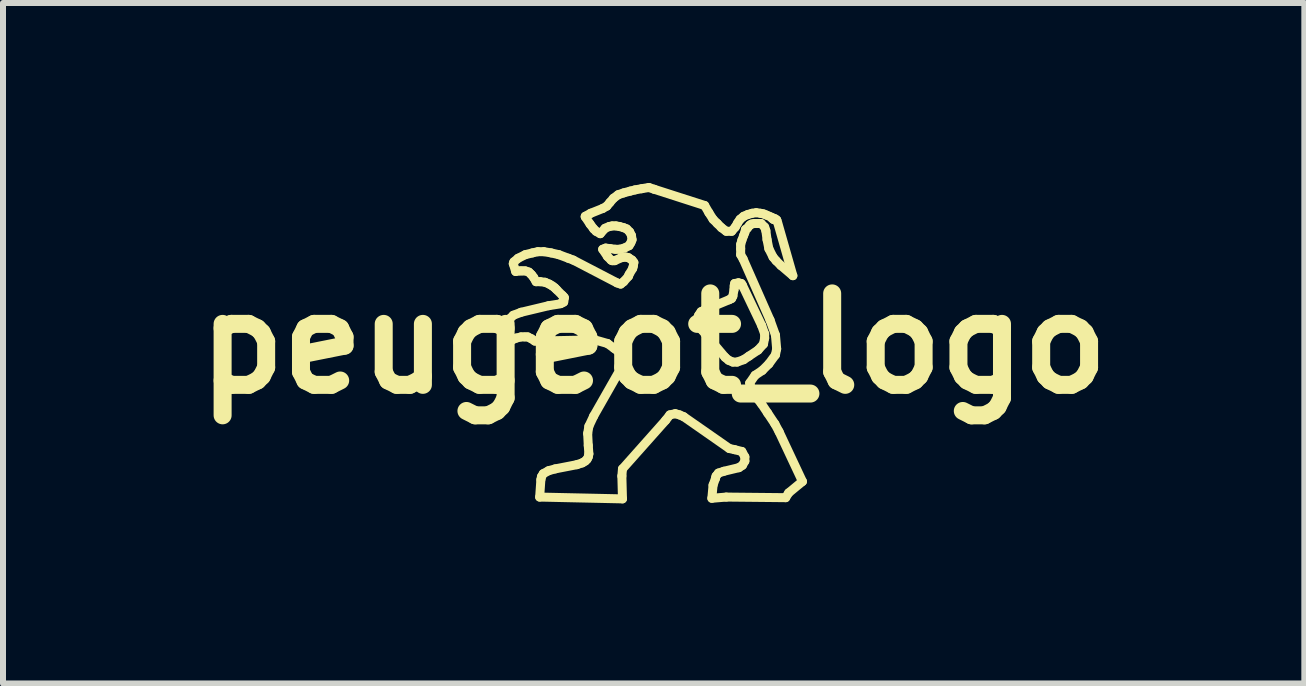
<source format=kicad_pcb>
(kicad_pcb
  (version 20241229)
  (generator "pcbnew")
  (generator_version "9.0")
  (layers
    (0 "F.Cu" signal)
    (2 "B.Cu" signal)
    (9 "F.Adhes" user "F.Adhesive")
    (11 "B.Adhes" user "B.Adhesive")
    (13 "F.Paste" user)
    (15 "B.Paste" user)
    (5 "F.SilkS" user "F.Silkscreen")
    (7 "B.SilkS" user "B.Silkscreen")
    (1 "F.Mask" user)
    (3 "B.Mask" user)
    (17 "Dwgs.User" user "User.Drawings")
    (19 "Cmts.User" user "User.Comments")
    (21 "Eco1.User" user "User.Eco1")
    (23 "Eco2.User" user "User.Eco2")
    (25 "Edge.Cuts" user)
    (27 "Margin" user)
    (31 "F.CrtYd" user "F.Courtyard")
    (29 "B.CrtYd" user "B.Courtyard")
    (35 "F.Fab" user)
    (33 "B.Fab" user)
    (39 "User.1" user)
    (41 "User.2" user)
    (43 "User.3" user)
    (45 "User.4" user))
  (footprint "peugeot_logo"
    (layer "F.Cu")
    (at 7.845 2.675)
    (property "Reference" "peugeot_logo" (at 0 0 0) (layer "F.SilkS") (effects (font (size 1.524 1.524) (thickness 0.3))))
    (attr exclude_from_pos_files exclude_from_bom)
    (fp_line (start -2.47 -0.27) (end -2.43 -0.36) (stroke (width 0.15) (type solid)) (layer "F.SilkS"))
    (fp_line (start -2.47 -0.19) (end -2.47 -0.27) (stroke (width 0.15) (type solid)) (layer "F.SilkS"))
    (fp_line (start -2.46 -0.14) (end -2.47 -0.19) (stroke (width 0.15) (type solid)) (layer "F.SilkS"))
    (fp_line (start -2.43 -0.36) (end -2.39 -0.42) (stroke (width 0.15) (type solid)) (layer "F.SilkS"))
    (fp_line (start -2.41 -0.03) (end -2.46 -0.14) (stroke (width 0.15) (type solid)) (layer "F.SilkS"))
    (fp_line (start -2.39 -0.42) (end -2.34 -0.47) (stroke (width 0.15) (type solid)) (layer "F.SilkS"))
    (fp_line (start -2.36 -0.06) (end -2.41 -0.03) (stroke (width 0.15) (type solid)) (layer "F.SilkS"))
    (fp_line (start -2.34 -1.33) (end -2.33 -1.36) (stroke (width 0.15) (type solid)) (layer "F.SilkS"))
    (fp_line (start -2.34 -0.47) (end -2.21 -0.52) (stroke (width 0.15) (type solid)) (layer "F.SilkS"))
    (fp_line (start -2.33 -1.36) (end -2.26 -1.42) (stroke (width 0.15) (type solid)) (layer "F.SilkS"))
    (fp_line (start -2.3 -1.2) (end -2.34 -1.33) (stroke (width 0.15) (type solid)) (layer "F.SilkS"))
    (fp_line (start -2.29 -0.09) (end -2.36 -0.06) (stroke (width 0.15) (type solid)) (layer "F.SilkS"))
    (fp_line (start -2.26 -1.42) (end -2.14 -1.48) (stroke (width 0.15) (type solid)) (layer "F.SilkS"))
    (fp_line (start -2.23 -1.21) (end -2.3 -1.2) (stroke (width 0.15) (type solid)) (layer "F.SilkS"))
    (fp_line (start -2.21 -0.52) (end -1.75 -0.63) (stroke (width 0.15) (type solid)) (layer "F.SilkS"))
    (fp_line (start -2.21 -0.11) (end -2.29 -0.09) (stroke (width 0.15) (type solid)) (layer "F.SilkS"))
    (fp_line (start -2.19 -1.21) (end -2.23 -1.21) (stroke (width 0.15) (type solid)) (layer "F.SilkS"))
    (fp_line (start -2.15 -0.11) (end -2.21 -0.11) (stroke (width 0.15) (type solid)) (layer "F.SilkS"))
    (fp_line (start -2.14 -1.48) (end -2.02 -1.51) (stroke (width 0.15) (type solid)) (layer "F.SilkS"))
    (fp_line (start -2.14 -1.21) (end -2.19 -1.21) (stroke (width 0.15) (type solid)) (layer "F.SilkS"))
    (fp_line (start -2.1 -0.11) (end -2.15 -0.11) (stroke (width 0.15) (type solid)) (layer "F.SilkS"))
    (fp_line (start -2.08 -1.19) (end -2.14 -1.21) (stroke (width 0.15) (type solid)) (layer "F.SilkS"))
    (fp_line (start -2.05 -1.16) (end -2.08 -1.19) (stroke (width 0.15) (type solid)) (layer "F.SilkS"))
    (fp_line (start -2.04 -0.08) (end -2.1 -0.11) (stroke (width 0.15) (type solid)) (layer "F.SilkS"))
    (fp_line (start -2.03 -1.14) (end -2.05 -1.16) (stroke (width 0.15) (type solid)) (layer "F.SilkS"))
    (fp_line (start -2.02 -1.51) (end -1.93 -1.53) (stroke (width 0.15) (type solid)) (layer "F.SilkS"))
    (fp_line (start -2 -1.1) (end -2.03 -1.14) (stroke (width 0.15) (type solid)) (layer "F.SilkS"))
    (fp_line (start -1.98 -0.04) (end -2.04 -0.08) (stroke (width 0.15) (type solid)) (layer "F.SilkS"))
    (fp_line (start -1.96 -1.03) (end -2 -1.1) (stroke (width 0.15) (type solid)) (layer "F.SilkS"))
    (fp_line (start -1.93 -1.53) (end -1.83 -1.53) (stroke (width 0.15) (type solid)) (layer "F.SilkS"))
    (fp_line (start -1.9 2.56) (end -1.88 2.27) (stroke (width 0.15) (type solid)) (layer "F.SilkS"))
    (fp_line (start -1.89 -1.03) (end -1.96 -1.03) (stroke (width 0.15) (type solid)) (layer "F.SilkS"))
    (fp_line (start -1.88 2.27) (end -1.87 2.22) (stroke (width 0.15) (type solid)) (layer "F.SilkS"))
    (fp_line (start -1.87 2.22) (end -1.84 2.17) (stroke (width 0.15) (type solid)) (layer "F.SilkS"))
    (fp_line (start -1.84 2.17) (end -1.75 2.12) (stroke (width 0.15) (type solid)) (layer "F.SilkS"))
    (fp_line (start -1.83 -1.53) (end -1.71 -1.51) (stroke (width 0.15) (type solid)) (layer "F.SilkS"))
    (fp_line (start -1.81 -1.02) (end -1.89 -1.03) (stroke (width 0.15) (type solid)) (layer "F.SilkS"))
    (fp_line (start -1.75 -0.63) (end -1.56 -0.66) (stroke (width 0.15) (type solid)) (layer "F.SilkS"))
    (fp_line (start -1.75 2.12) (end -1.64 2.09) (stroke (width 0.15) (type solid)) (layer "F.SilkS"))
    (fp_line (start -1.74 -0.99) (end -1.81 -1.02) (stroke (width 0.15) (type solid)) (layer "F.SilkS"))
    (fp_line (start -1.71 -1.51) (end -1.58 -1.48) (stroke (width 0.15) (type solid)) (layer "F.SilkS"))
    (fp_line (start -1.69 -0.96) (end -1.74 -0.99) (stroke (width 0.15) (type solid)) (layer "F.SilkS"))
    (fp_line (start -1.65 -0.93) (end -1.69 -0.96) (stroke (width 0.15) (type solid)) (layer "F.SilkS"))
    (fp_line (start -1.64 2.09) (end -1.28 2.02) (stroke (width 0.15) (type solid)) (layer "F.SilkS"))
    (fp_line (start -1.62 -0.9) (end -1.65 -0.93) (stroke (width 0.15) (type solid)) (layer "F.SilkS"))
    (fp_line (start -1.58 -1.48) (end -1.42 -1.42) (stroke (width 0.15) (type solid)) (layer "F.SilkS"))
    (fp_line (start -1.54 -0.67) (end -1.5 -0.72) (stroke (width 0.15) (type solid)) (layer "F.SilkS"))
    (fp_line (start -1.52 -0.8) (end -1.49 -0.76) (stroke (width 0.15) (type solid)) (layer "F.SilkS"))
    (fp_line (start -1.5 -0.69) (end -1.54 -0.67) (stroke (width 0.15) (type solid)) (layer "F.SilkS"))
    (fp_line (start -1.49 -0.77) (end -1.62 -0.9) (stroke (width 0.15) (type solid)) (layer "F.SilkS"))
    (fp_line (start -1.49 -0.76) (end -1.5 -0.69) (stroke (width 0.15) (type solid)) (layer "F.SilkS"))
    (fp_line (start -1.42 -1.42) (end -1.34 -1.39) (stroke (width 0.15) (type solid)) (layer "F.SilkS"))
    (fp_line (start -1.34 -1.39) (end -0.61 -1.01) (stroke (width 0.15) (type solid)) (layer "F.SilkS"))
    (fp_line (start -1.28 2.02) (end -1.19 1.99) (stroke (width 0.15) (type solid)) (layer "F.SilkS"))
    (fp_line (start -1.19 1.99) (end -1.14 1.96) (stroke (width 0.15) (type solid)) (layer "F.SilkS"))
    (fp_line (start -1.14 -2.12) (end -1.05 -2.17) (stroke (width 0.15) (type solid)) (layer "F.SilkS"))
    (fp_line (start -1.14 -2.11) (end -1.14 -2.12) (stroke (width 0.15) (type solid)) (layer "F.SilkS"))
    (fp_line (start -1.14 1.96) (end -1.11 1.93) (stroke (width 0.15) (type solid)) (layer "F.SilkS"))
    (fp_line (start -1.11 1.93) (end -1.09 1.89) (stroke (width 0.15) (type solid)) (layer "F.SilkS"))
    (fp_line (start -1.1 1.5) (end -1.08 1.38) (stroke (width 0.15) (type solid)) (layer "F.SilkS"))
    (fp_line (start -1.09 1.7) (end -1.1 1.5) (stroke (width 0.15) (type solid)) (layer "F.SilkS"))
    (fp_line (start -1.09 1.89) (end -1.08 1.84) (stroke (width 0.15) (type solid)) (layer "F.SilkS"))
    (fp_line (start -1.08 1.38) (end -1 1.21) (stroke (width 0.15) (type solid)) (layer "F.SilkS"))
    (fp_line (start -1.08 1.84) (end -1.09 1.7) (stroke (width 0.15) (type solid)) (layer "F.SilkS"))
    (fp_line (start -1.06 -1.99) (end -1.14 -2.11) (stroke (width 0.15) (type solid)) (layer "F.SilkS"))
    (fp_line (start -1.05 -2.17) (end -0.85 -2.25) (stroke (width 0.15) (type solid)) (layer "F.SilkS"))
    (fp_line (start -1 -1.91) (end -1.06 -1.99) (stroke (width 0.15) (type solid)) (layer "F.SilkS"))
    (fp_line (start -1 1.21) (end -0.51 0.35) (stroke (width 0.15) (type solid)) (layer "F.SilkS"))
    (fp_line (start -0.98 -0.06) (end -1.98 -0.04) (stroke (width 0.15) (type solid)) (layer "F.SilkS"))
    (fp_line (start -0.96 -1.87) (end -1 -1.91) (stroke (width 0.15) (type solid)) (layer "F.SilkS"))
    (fp_line (start -0.89 -1.83) (end -0.96 -1.87) (stroke (width 0.15) (type solid)) (layer "F.SilkS"))
    (fp_line (start -0.85 -2.25) (end -0.78 -2.29) (stroke (width 0.15) (type solid)) (layer "F.SilkS"))
    (fp_line (start -0.85 -1.57) (end -0.8 -1.59) (stroke (width 0.15) (type solid)) (layer "F.SilkS"))
    (fp_line (start -0.81 -1.92) (end -0.89 -1.83) (stroke (width 0.15) (type solid)) (layer "F.SilkS"))
    (fp_line (start -0.8 -1.59) (end -0.72 -1.58) (stroke (width 0.15) (type solid)) (layer "F.SilkS"))
    (fp_line (start -0.78 -2.29) (end -0.73 -2.35) (stroke (width 0.15) (type solid)) (layer "F.SilkS"))
    (fp_line (start -0.77 -1.45) (end -0.85 -1.57) (stroke (width 0.15) (type solid)) (layer "F.SilkS"))
    (fp_line (start -0.77 0) (end -0.98 -0.06) (stroke (width 0.15) (type solid)) (layer "F.SilkS"))
    (fp_line (start -0.74 -1.95) (end -0.81 -1.92) (stroke (width 0.15) (type solid)) (layer "F.SilkS"))
    (fp_line (start -0.73 -2.35) (end -0.67 -2.42) (stroke (width 0.15) (type solid)) (layer "F.SilkS"))
    (fp_line (start -0.72 -1.58) (end -0.64 -1.57) (stroke (width 0.15) (type solid)) (layer "F.SilkS"))
    (fp_line (start -0.71 -1.39) (end -0.77 -1.45) (stroke (width 0.15) (type solid)) (layer "F.SilkS"))
    (fp_line (start -0.69 -1.96) (end -0.74 -1.95) (stroke (width 0.15) (type solid)) (layer "F.SilkS"))
    (fp_line (start -0.69 -1.38) (end -0.71 -1.39) (stroke (width 0.15) (type solid)) (layer "F.SilkS"))
    (fp_line (start -0.67 -2.42) (end -0.59 -2.48) (stroke (width 0.15) (type solid)) (layer "F.SilkS"))
    (fp_line (start -0.66 0.08) (end -0.77 0) (stroke (width 0.15) (type solid)) (layer "F.SilkS"))
    (fp_line (start -0.65 -1.38) (end -0.69 -1.38) (stroke (width 0.15) (type solid)) (layer "F.SilkS"))
    (fp_line (start -0.64 -1.57) (end -0.57 -1.57) (stroke (width 0.15) (type solid)) (layer "F.SilkS"))
    (fp_line (start -0.63 -1.96) (end -0.69 -1.96) (stroke (width 0.15) (type solid)) (layer "F.SilkS"))
    (fp_line (start -0.61 -1.01) (end -0.55 -0.99) (stroke (width 0.15) (type solid)) (layer "F.SilkS"))
    (fp_line (start -0.59 -2.48) (end -0.5 -2.51) (stroke (width 0.15) (type solid)) (layer "F.SilkS"))
    (fp_line (start -0.57 -1.95) (end -0.63 -1.96) (stroke (width 0.15) (type solid)) (layer "F.SilkS"))
    (fp_line (start -0.57 -1.57) (end -0.49 -1.59) (stroke (width 0.15) (type solid)) (layer "F.SilkS"))
    (fp_line (start -0.55 -0.99) (end -0.5 -1.03) (stroke (width 0.15) (type solid)) (layer "F.SilkS"))
    (fp_line (start -0.54 -1.43) (end -0.65 -1.38) (stroke (width 0.15) (type solid)) (layer "F.SilkS"))
    (fp_line (start -0.53 0.18) (end -0.66 0.08) (stroke (width 0.15) (type solid)) (layer "F.SilkS"))
    (fp_line (start -0.53 2.21) (end -0.52 2.59) (stroke (width 0.15) (type solid)) (layer "F.SilkS"))
    (fp_line (start -0.52 2.09) (end -0.53 2.21) (stroke (width 0.15) (type solid)) (layer "F.SilkS"))
    (fp_line (start -0.52 2.59) (end -1.9 2.56) (stroke (width 0.15) (type solid)) (layer "F.SilkS"))
    (fp_line (start -0.51 0.22) (end -0.53 0.18) (stroke (width 0.15) (type solid)) (layer "F.SilkS"))
    (fp_line (start -0.51 0.35) (end -0.5 0.32) (stroke (width 0.15) (type solid)) (layer "F.SilkS"))
    (fp_line (start -0.5 -2.51) (end -0.39 -2.54) (stroke (width 0.15) (type solid)) (layer "F.SilkS"))
    (fp_line (start -0.5 -1.93) (end -0.57 -1.95) (stroke (width 0.15) (type solid)) (layer "F.SilkS"))
    (fp_line (start -0.5 -1.03) (end -0.42 -1.12) (stroke (width 0.15) (type solid)) (layer "F.SilkS"))
    (fp_line (start -0.5 0.28) (end -0.51 0.22) (stroke (width 0.15) (type solid)) (layer "F.SilkS"))
    (fp_line (start -0.5 0.32) (end -0.5 0.28) (stroke (width 0.15) (type solid)) (layer "F.SilkS"))
    (fp_line (start -0.49 -1.59) (end -0.41 -1.63) (stroke (width 0.15) (type solid)) (layer "F.SilkS"))
    (fp_line (start -0.46 -1.44) (end -0.54 -1.43) (stroke (width 0.15) (type solid)) (layer "F.SilkS"))
    (fp_line (start -0.45 -1.91) (end -0.5 -1.93) (stroke (width 0.15) (type solid)) (layer "F.SilkS"))
    (fp_line (start -0.42 -1.43) (end -0.46 -1.44) (stroke (width 0.15) (type solid)) (layer "F.SilkS"))
    (fp_line (start -0.42 -1.12) (end -0.41 -1.15) (stroke (width 0.15) (type solid)) (layer "F.SilkS"))
    (fp_line (start -0.41 -1.63) (end -0.38 -1.68) (stroke (width 0.15) (type solid)) (layer "F.SilkS"))
    (fp_line (start -0.41 -1.15) (end -0.35 -1.25) (stroke (width 0.15) (type solid)) (layer "F.SilkS"))
    (fp_line (start -0.4 -1.86) (end -0.45 -1.91) (stroke (width 0.15) (type solid)) (layer "F.SilkS"))
    (fp_line (start -0.39 -2.54) (end -0.31 -2.56) (stroke (width 0.15) (type solid)) (layer "F.SilkS"))
    (fp_line (start -0.38 -1.68) (end -0.36 -1.73) (stroke (width 0.15) (type solid)) (layer "F.SilkS"))
    (fp_line (start -0.37 -1.8) (end -0.4 -1.86) (stroke (width 0.15) (type solid)) (layer "F.SilkS"))
    (fp_line (start -0.36 -1.73) (end -0.37 -1.8) (stroke (width 0.15) (type solid)) (layer "F.SilkS"))
    (fp_line (start -0.36 -1.39) (end -0.42 -1.43) (stroke (width 0.15) (type solid)) (layer "F.SilkS"))
    (fp_line (start -0.35 -1.25) (end -0.34 -1.29) (stroke (width 0.15) (type solid)) (layer "F.SilkS"))
    (fp_line (start -0.34 -1.29) (end -0.33 -1.35) (stroke (width 0.15) (type solid)) (layer "F.SilkS"))
    (fp_line (start -0.33 -1.35) (end -0.36 -1.39) (stroke (width 0.15) (type solid)) (layer "F.SilkS"))
    (fp_line (start -0.31 -2.56) (end -0.2 -2.58) (stroke (width 0.15) (type solid)) (layer "F.SilkS"))
    (fp_line (start -0.2 -2.58) (end -0.08 -2.6) (stroke (width 0.15) (type solid)) (layer "F.SilkS"))
    (fp_line (start -0.08 -2.6) (end 0.01 -2.57) (stroke (width 0.15) (type solid)) (layer "F.SilkS"))
    (fp_line (start 0.01 -2.57) (end 0.85 -2.3) (stroke (width 0.15) (type solid)) (layer "F.SilkS"))
    (fp_line (start 0.2 1.28) (end -0.52 2.09) (stroke (width 0.15) (type solid)) (layer "F.SilkS"))
    (fp_line (start 0.27 1.19) (end 0.2 1.28) (stroke (width 0.15) (type solid)) (layer "F.SilkS"))
    (fp_line (start 0.36 1.17) (end 0.27 1.19) (stroke (width 0.15) (type solid)) (layer "F.SilkS"))
    (fp_line (start 0.43 1.19) (end 0.36 1.17) (stroke (width 0.15) (type solid)) (layer "F.SilkS"))
    (fp_line (start 0.5 1.22) (end 0.43 1.19) (stroke (width 0.15) (type solid)) (layer "F.SilkS"))
    (fp_line (start 0.73 -0.42) (end 0.75 -0.33) (stroke (width 0.15) (type solid)) (layer "F.SilkS"))
    (fp_line (start 0.75 -0.47) (end 0.73 -0.42) (stroke (width 0.15) (type solid)) (layer "F.SilkS"))
    (fp_line (start 0.75 -0.33) (end 0.8 -0.23) (stroke (width 0.15) (type solid)) (layer "F.SilkS"))
    (fp_line (start 0.79 -0.53) (end 0.75 -0.47) (stroke (width 0.15) (type solid)) (layer "F.SilkS"))
    (fp_line (start 0.8 -0.23) (end 0.86 -0.16) (stroke (width 0.15) (type solid)) (layer "F.SilkS"))
    (fp_line (start 0.85 -2.3) (end 0.92 -2.18) (stroke (width 0.15) (type solid)) (layer "F.SilkS"))
    (fp_line (start 0.85 -0.56) (end 0.79 -0.53) (stroke (width 0.15) (type solid)) (layer "F.SilkS"))
    (fp_line (start 0.86 -0.16) (end 1.19 0.23) (stroke (width 0.15) (type solid)) (layer "F.SilkS"))
    (fp_line (start 0.92 -2.18) (end 0.99 -2.07) (stroke (width 0.15) (type solid)) (layer "F.SilkS"))
    (fp_line (start 0.97 2.58) (end 0.99 2.36) (stroke (width 0.15) (type solid)) (layer "F.SilkS"))
    (fp_line (start 0.99 -2.07) (end 1.06 -2) (stroke (width 0.15) (type solid)) (layer "F.SilkS"))
    (fp_line (start 0.99 2.36) (end 1.03 2.25) (stroke (width 0.15) (type solid)) (layer "F.SilkS"))
    (fp_line (start 1.03 2.25) (end 1.04 2.21) (stroke (width 0.15) (type solid)) (layer "F.SilkS"))
    (fp_line (start 1.04 2.21) (end 1.08 2.16) (stroke (width 0.15) (type solid)) (layer "F.SilkS"))
    (fp_line (start 1.06 -2) (end 1.13 -1.93) (stroke (width 0.15) (type solid)) (layer "F.SilkS"))
    (fp_line (start 1.08 2.16) (end 1.17 2.13) (stroke (width 0.15) (type solid)) (layer "F.SilkS"))
    (fp_line (start 1.13 -1.93) (end 1.21 -1.87) (stroke (width 0.15) (type solid)) (layer "F.SilkS"))
    (fp_line (start 1.17 2.13) (end 1.42 2.07) (stroke (width 0.15) (type solid)) (layer "F.SilkS"))
    (fp_line (start 1.19 0.23) (end 1.25 0.28) (stroke (width 0.15) (type solid)) (layer "F.SilkS"))
    (fp_line (start 1.21 -1.87) (end 1.3 -1.87) (stroke (width 0.15) (type solid)) (layer "F.SilkS"))
    (fp_line (start 1.21 2.56) (end 0.97 2.58) (stroke (width 0.15) (type solid)) (layer "F.SilkS"))
    (fp_line (start 1.25 0.28) (end 1.32 0.31) (stroke (width 0.15) (type solid)) (layer "F.SilkS"))
    (fp_line (start 1.26 -0.73) (end 0.85 -0.56) (stroke (width 0.15) (type solid)) (layer "F.SilkS"))
    (fp_line (start 1.26 1.75) (end 0.5 1.22) (stroke (width 0.15) (type solid)) (layer "F.SilkS"))
    (fp_line (start 1.3 -1.87) (end 1.36 -1.94) (stroke (width 0.15) (type solid)) (layer "F.SilkS"))
    (fp_line (start 1.3 -0.75) (end 1.26 -0.73) (stroke (width 0.15) (type solid)) (layer "F.SilkS"))
    (fp_line (start 1.32 -0.79) (end 1.3 -0.75) (stroke (width 0.15) (type solid)) (layer "F.SilkS"))
    (fp_line (start 1.32 0.31) (end 1.39 0.31) (stroke (width 0.15) (type solid)) (layer "F.SilkS"))
    (fp_line (start 1.34 -0.96) (end 1.34 -0.9) (stroke (width 0.15) (type solid)) (layer "F.SilkS"))
    (fp_line (start 1.34 -0.9) (end 1.32 -0.79) (stroke (width 0.15) (type solid)) (layer "F.SilkS"))
    (fp_line (start 1.35 -1) (end 1.41 -1.01) (stroke (width 0.15) (type solid)) (layer "F.SilkS"))
    (fp_line (start 1.35 1.77) (end 1.26 1.75) (stroke (width 0.15) (type solid)) (layer "F.SilkS"))
    (fp_line (start 1.36 -1.94) (end 1.4 -2.01) (stroke (width 0.15) (type solid)) (layer "F.SilkS"))
    (fp_line (start 1.39 -1) (end 1.35 -1) (stroke (width 0.15) (type solid)) (layer "F.SilkS"))
    (fp_line (start 1.39 0.31) (end 1.5 0.27) (stroke (width 0.15) (type solid)) (layer "F.SilkS"))
    (fp_line (start 1.4 -2.01) (end 1.44 -2.07) (stroke (width 0.15) (type solid)) (layer "F.SilkS"))
    (fp_line (start 1.41 -1.01) (end 1.44 -1) (stroke (width 0.15) (type solid)) (layer "F.SilkS"))
    (fp_line (start 1.41 -0.99) (end 1.39 -1) (stroke (width 0.15) (type solid)) (layer "F.SilkS"))
    (fp_line (start 1.42 2.07) (end 1.48 2.03) (stroke (width 0.15) (type solid)) (layer "F.SilkS"))
    (fp_line (start 1.44 -2.07) (end 1.5 -2.12) (stroke (width 0.15) (type solid)) (layer "F.SilkS"))
    (fp_line (start 1.44 -1) (end 1.46 -1) (stroke (width 0.15) (type solid)) (layer "F.SilkS"))
    (fp_line (start 1.44 -0.98) (end 1.41 -0.99) (stroke (width 0.15) (type solid)) (layer "F.SilkS"))
    (fp_line (start 1.45 -1.65) (end 1.45 -1.58) (stroke (width 0.15) (type solid)) (layer "F.SilkS"))
    (fp_line (start 1.45 -1.58) (end 1.45 -1.48) (stroke (width 0.15) (type solid)) (layer "F.SilkS"))
    (fp_line (start 1.45 -1.48) (end 1.49 -1.41) (stroke (width 0.15) (type solid)) (layer "F.SilkS"))
    (fp_line (start 1.46 -1) (end 1.42 -1.01) (stroke (width 0.15) (type solid)) (layer "F.SilkS"))
    (fp_line (start 1.47 -1.72) (end 1.45 -1.65) (stroke (width 0.15) (type solid)) (layer "F.SilkS"))
    (fp_line (start 1.47 1.8) (end 1.35 1.77) (stroke (width 0.15) (type solid)) (layer "F.SilkS"))
    (fp_line (start 1.48 -0.97) (end 1.44 -0.98) (stroke (width 0.15) (type solid)) (layer "F.SilkS"))
    (fp_line (start 1.48 2.03) (end 1.52 1.96) (stroke (width 0.15) (type solid)) (layer "F.SilkS"))
    (fp_line (start 1.49 -1.41) (end 1.94 -0.39) (stroke (width 0.15) (type solid)) (layer "F.SilkS"))
    (fp_line (start 1.5 -2.12) (end 1.57 -2.15) (stroke (width 0.15) (type solid)) (layer "F.SilkS"))
    (fp_line (start 1.5 -1.8) (end 1.47 -1.72) (stroke (width 0.15) (type solid)) (layer "F.SilkS"))
    (fp_line (start 1.5 0.27) (end 1.59 0.21) (stroke (width 0.15) (type solid)) (layer "F.SilkS"))
    (fp_line (start 1.52 -1.85) (end 1.5 -1.8) (stroke (width 0.15) (type solid)) (layer "F.SilkS"))
    (fp_line (start 1.52 1.89) (end 1.47 1.8) (stroke (width 0.15) (type solid)) (layer "F.SilkS"))
    (fp_line (start 1.52 1.96) (end 1.52 1.89) (stroke (width 0.15) (type solid)) (layer "F.SilkS"))
    (fp_line (start 1.53 -1.9) (end 1.52 -1.85) (stroke (width 0.15) (type solid)) (layer "F.SilkS"))
    (fp_line (start 1.56 -1.92) (end 1.53 -1.9) (stroke (width 0.15) (type solid)) (layer "F.SilkS"))
    (fp_line (start 1.57 -2.15) (end 1.64 -2.17) (stroke (width 0.15) (type solid)) (layer "F.SilkS"))
    (fp_line (start 1.59 0.21) (end 1.74 0.11) (stroke (width 0.15) (type solid)) (layer "F.SilkS"))
    (fp_line (start 1.6 -1.97) (end 1.56 -1.92) (stroke (width 0.15) (type solid)) (layer "F.SilkS"))
    (fp_line (start 1.6 0.66) (end 1.62 0.73) (stroke (width 0.15) (type solid)) (layer "F.SilkS"))
    (fp_line (start 1.62 0.73) (end 1.69 0.87) (stroke (width 0.15) (type solid)) (layer "F.SilkS"))
    (fp_line (start 1.63 -1.99) (end 1.6 -1.97) (stroke (width 0.15) (type solid)) (layer "F.SilkS"))
    (fp_line (start 1.64 -2.17) (end 1.71 -2.18) (stroke (width 0.15) (type solid)) (layer "F.SilkS"))
    (fp_line (start 1.68 -2) (end 1.63 -1.99) (stroke (width 0.15) (type solid)) (layer "F.SilkS"))
    (fp_line (start 1.69 0.53) (end 1.6 0.66) (stroke (width 0.15) (type solid)) (layer "F.SilkS"))
    (fp_line (start 1.69 0.87) (end 1.8 1.01) (stroke (width 0.15) (type solid)) (layer "F.SilkS"))
    (fp_line (start 1.71 -2.18) (end 1.78 -2.17) (stroke (width 0.15) (type solid)) (layer "F.SilkS"))
    (fp_line (start 1.74 0.11) (end 1.83 0.01) (stroke (width 0.15) (type solid)) (layer "F.SilkS"))
    (fp_line (start 1.75 -2) (end 1.68 -2) (stroke (width 0.15) (type solid)) (layer "F.SilkS"))
    (fp_line (start 1.78 -2.17) (end 1.83 -2.16) (stroke (width 0.15) (type solid)) (layer "F.SilkS"))
    (fp_line (start 1.79 -2) (end 1.75 -2) (stroke (width 0.15) (type solid)) (layer "F.SilkS"))
    (fp_line (start 1.8 -0.3) (end 1.48 -0.97) (stroke (width 0.15) (type solid)) (layer "F.SilkS"))
    (fp_line (start 1.8 1.01) (end 1.9 1.16) (stroke (width 0.15) (type solid)) (layer "F.SilkS"))
    (fp_line (start 1.81 0.45) (end 1.69 0.53) (stroke (width 0.15) (type solid)) (layer "F.SilkS"))
    (fp_line (start 1.83 -2.16) (end 1.88 -2.14) (stroke (width 0.15) (type solid)) (layer "F.SilkS"))
    (fp_line (start 1.83 0.01) (end 1.85 -0.09) (stroke (width 0.15) (type solid)) (layer "F.SilkS"))
    (fp_line (start 1.85 -1.94) (end 1.79 -2) (stroke (width 0.15) (type solid)) (layer "F.SilkS"))
    (fp_line (start 1.85 -0.16) (end 1.8 -0.3) (stroke (width 0.15) (type solid)) (layer "F.SilkS"))
    (fp_line (start 1.85 -0.09) (end 1.85 -0.16) (stroke (width 0.15) (type solid)) (layer "F.SilkS"))
    (fp_line (start 1.87 -1.88) (end 1.85 -1.94) (stroke (width 0.15) (type solid)) (layer "F.SilkS"))
    (fp_line (start 1.88 -2.14) (end 1.93 -2.12) (stroke (width 0.15) (type solid)) (layer "F.SilkS"))
    (fp_line (start 1.89 -1.73) (end 1.87 -1.88) (stroke (width 0.15) (type solid)) (layer "F.SilkS"))
    (fp_line (start 1.9 1.16) (end 2.02 1.34) (stroke (width 0.15) (type solid)) (layer "F.SilkS"))
    (fp_line (start 1.92 -1.58) (end 1.89 -1.73) (stroke (width 0.15) (type solid)) (layer "F.SilkS"))
    (fp_line (start 1.92 0.34) (end 1.81 0.45) (stroke (width 0.15) (type solid)) (layer "F.SilkS"))
    (fp_line (start 1.94 -0.39) (end 2.03 -0.14) (stroke (width 0.15) (type solid)) (layer "F.SilkS"))
    (fp_line (start 1.97 -2.1) (end 1.95 -2.11) (stroke (width 0.15) (type solid)) (layer "F.SilkS"))
    (fp_line (start 1.97 -2.09) (end 2 -2.07) (stroke (width 0.15) (type solid)) (layer "F.SilkS"))
    (fp_line (start 1.99 -2.07) (end 1.97 -2.09) (stroke (width 0.15) (type solid)) (layer "F.SilkS"))
    (fp_line (start 1.99 -1.44) (end 1.92 -1.58) (stroke (width 0.15) (type solid)) (layer "F.SilkS"))
    (fp_line (start 2 -2.07) (end 2.02 -2.06) (stroke (width 0.15) (type solid)) (layer "F.SilkS"))
    (fp_line (start 2.02 -2.08) (end 1.97 -2.1) (stroke (width 0.15) (type solid)) (layer "F.SilkS"))
    (fp_line (start 2.02 -2.06) (end 2.03 -2.06) (stroke (width 0.15) (type solid)) (layer "F.SilkS"))
    (fp_line (start 2.02 1.34) (end 2.09 1.47) (stroke (width 0.15) (type solid)) (layer "F.SilkS"))
    (fp_line (start 2.03 -2.06) (end 2.05 -2.06) (stroke (width 0.15) (type solid)) (layer "F.SilkS"))
    (fp_line (start 2.03 -0.14) (end 2.05 0.09) (stroke (width 0.15) (type solid)) (layer "F.SilkS"))
    (fp_line (start 2.03 0.19) (end 1.92 0.34) (stroke (width 0.15) (type solid)) (layer "F.SilkS"))
    (fp_line (start 2.04 -1.38) (end 1.99 -1.44) (stroke (width 0.15) (type solid)) (layer "F.SilkS"))
    (fp_line (start 2.05 -2.06) (end 2.02 -2.08) (stroke (width 0.15) (type solid)) (layer "F.SilkS"))
    (fp_line (start 2.05 0.09) (end 2.03 0.19) (stroke (width 0.15) (type solid)) (layer "F.SilkS"))
    (fp_line (start 2.06 -2.04) (end 2.32 -1.13) (stroke (width 0.15) (type solid)) (layer "F.SilkS"))
    (fp_line (start 2.09 1.47) (end 2.48 2.3) (stroke (width 0.15) (type solid)) (layer "F.SilkS"))
    (fp_line (start 2.12 -1.3) (end 2.04 -1.38) (stroke (width 0.15) (type solid)) (layer "F.SilkS"))
    (fp_line (start 2.2 2.57) (end 1.21 2.56) (stroke (width 0.15) (type solid)) (layer "F.SilkS"))
    (fp_line (start 2.25 2.49) (end 2.2 2.57) (stroke (width 0.15) (type solid)) (layer "F.SilkS"))
    (fp_line (start 2.32 -1.13) (end 2.12 -1.3) (stroke (width 0.15) (type solid)) (layer "F.SilkS"))
    (fp_line (start 2.48 2.3) (end 2.25 2.49) (stroke (width 0.15) (type solid)) (layer "F.SilkS"))
    (fp_poly (pts (xy 0.02 -2.638) (xy 0.043 -2.631) (xy 0.066 -2.624) (xy 0.089 -2.617) (xy 0.113 -2.609) (xy 0.14 -2.601) (xy 0.168 -2.592) (xy 0.201 -2.581) (xy 0.238 -2.569) (xy 0.28 -2.555) (xy 0.328 -2.539) (xy 0.384 -2.521) (xy 0.447 -2.5) (xy 0.52 -2.477) (xy 0.585 -2.455) (xy 0.89 -2.355) (xy 0.902 -2.329) (xy 0.916 -2.304) (xy 0.935 -2.272) (xy 0.959 -2.236) (xy 0.986 -2.197) (xy 1.014 -2.158) (xy 1.043 -2.12) (xy 1.071 -2.084) (xy 1.093 -2.058) (xy 1.113 -2.037) (xy 1.136 -2.015) (xy 1.161 -1.992) (xy 1.186 -1.97) (xy 1.212 -1.95) (xy 1.235 -1.933) (xy 1.254 -1.92) (xy 1.269 -1.912) (xy 1.277 -1.911) (xy 1.277 -1.911) (xy 1.282 -1.919) (xy 1.286 -1.931) (xy 1.287 -1.932) (xy 1.294 -1.955) (xy 1.306 -1.984) (xy 1.321 -2.014) (xy 1.339 -2.043) (xy 1.343 -2.05) (xy 1.385 -2.102) (xy 1.434 -2.147) (xy 1.49 -2.184) (xy 1.551 -2.213) (xy 1.616 -2.233) (xy 1.684 -2.244) (xy 1.726 -2.246) (xy 1.786 -2.241) (xy 1.848 -2.226) (xy 1.911 -2.201) (xy 1.974 -2.167) (xy 2.036 -2.125) (xy 2.097 -2.074) (xy 2.103 -2.068) (xy 2.136 -2.037) (xy 2.202 -1.787) (xy 2.226 -1.695) (xy 2.249 -1.608) (xy 2.27 -1.525) (xy 2.29 -1.449) (xy 2.307 -1.379) (xy 2.323 -1.316) (xy 2.337 -1.261) (xy 2.348 -1.215) (xy 2.356 -1.179) (xy 2.357 -1.175) (xy 2.363 -1.148) (xy 2.366 -1.129) (xy 2.368 -1.116) (xy 2.367 -1.106) (xy 2.364 -1.097) (xy 2.363 -1.095) (xy 2.356 -1.082) (xy 2.345 -1.077) (xy 2.33 -1.08) (xy 2.31 -1.089) (xy 2.289 -1.1) (xy 2.262 -1.117) (xy 2.231 -1.138) (xy 2.198 -1.16) (xy 2.164 -1.184) (xy 2.134 -1.207) (xy 2.127 -1.212) (xy 2.076 -1.253) (xy 2.034 -1.29) (xy 1.998 -1.324) (xy 1.969 -1.357) (xy 1.943 -1.391) (xy 1.92 -1.427) (xy 1.905 -1.456) (xy 1.877 -1.516) (xy 1.856 -1.575) (xy 1.84 -1.638) (xy 1.829 -1.705) (xy 1.822 -1.773) (xy 1.818 -1.821) (xy 1.811 -1.859) (xy 1.801 -1.89) (xy 1.789 -1.914) (xy 1.778 -1.927) (xy 1.77 -1.936) (xy 1.761 -1.941) (xy 1.75 -1.944) (xy 1.733 -1.944) (xy 1.723 -1.944) (xy 1.688 -1.941) (xy 1.658 -1.932) (xy 1.629 -1.914) (xy 1.599 -1.888) (xy 1.599 -1.888) (xy 1.569 -1.852) (xy 1.546 -1.813) (xy 1.53 -1.769) (xy 1.52 -1.719) (xy 1.516 -1.661) (xy 1.516 -1.645) (xy 1.517 -1.609) (xy 1.52 -1.573) (xy 1.525 -1.535) (xy 1.532 -1.496) (xy 1.543 -1.454) (xy 1.556 -1.41) (xy 1.572 -1.361) (xy 1.592 -1.308) (xy 1.616 -1.25) (xy 1.644 -1.185) (xy 1.676 -1.115) (xy 1.712 -1.036) (xy 1.753 -0.95) (xy 1.799 -0.856) (xy 1.808 -0.838) (xy 1.849 -0.755) (xy 1.884 -0.682) (xy 1.916 -0.616) (xy 1.943 -0.558) (xy 1.968 -0.506) (xy 1.989 -0.459) (xy 2.007 -0.417) (xy 2.023 -0.379) (xy 2.037 -0.343) (xy 2.049 -0.309) (xy 2.06 -0.277) (xy 2.071 -0.245) (xy 2.074 -0.233) (xy 2.096 -0.155) (xy 2.11 -0.083) (xy 2.118 -0.018) (xy 2.119 0.043) (xy 2.112 0.102) (xy 2.097 0.158) (xy 2.075 0.214) (xy 2.045 0.271) (xy 2.013 0.321) (xy 1.987 0.359) (xy 1.96 0.393) (xy 1.932 0.425) (xy 1.9 0.455) (xy 1.863 0.487) (xy 1.82 0.52) (xy 1.77 0.556) (xy 1.761 0.563) (xy 1.723 0.593) (xy 1.697 0.625) (xy 1.681 0.659) (xy 1.676 0.694) (xy 1.676 0.702) (xy 1.678 0.713) (xy 1.68 0.723) (xy 1.685 0.735) (xy 1.692 0.748) (xy 1.702 0.765) (xy 1.716 0.786) (xy 1.735 0.811) (xy 1.759 0.843) (xy 1.789 0.881) (xy 1.804 0.9) (xy 1.881 1.004) (xy 1.958 1.116) (xy 2.031 1.232) (xy 2.099 1.35) (xy 2.154 1.452) (xy 2.184 1.514) (xy 2.217 1.582) (xy 2.252 1.655) (xy 2.288 1.732) (xy 2.324 1.811) (xy 2.36 1.89) (xy 2.394 1.968) (xy 2.428 2.044) (xy 2.458 2.116) (xy 2.486 2.182) (xy 2.51 2.241) (xy 2.527 2.283) (xy 2.539 2.317) (xy 2.492 2.359) (xy 2.468 2.379) (xy 2.44 2.403) (xy 2.409 2.427) (xy 2.381 2.449) (xy 2.38 2.45) (xy 2.35 2.473) (xy 2.327 2.493) (xy 2.308 2.511) (xy 2.291 2.531) (xy 2.275 2.555) (xy 2.256 2.585) (xy 2.255 2.588) (xy 2.226 2.635) (xy 2.199 2.634) (xy 2.093 2.631) (xy 1.995 2.628) (xy 1.903 2.627) (xy 1.814 2.625) (xy 1.726 2.625) (xy 1.636 2.625) (xy 1.542 2.626) (xy 1.449 2.627) (xy 1.362 2.629) (xy 1.285 2.63) (xy 1.217 2.632) (xy 1.158 2.634) (xy 1.107 2.637) (xy 1.063 2.64) (xy 1.027 2.643) (xy 0.996 2.646) (xy 0.971 2.65) (xy 0.95 2.655) (xy 0.934 2.659) (xy 0.931 2.66) (xy 0.921 2.662) (xy 0.916 2.657) (xy 0.914 2.647) (xy 0.913 2.628) (xy 0.913 2.602) (xy 0.914 2.571) (xy 0.915 2.536) (xy 0.916 2.5) (xy 0.918 2.463) (xy 0.92 2.429) (xy 0.922 2.399) (xy 0.925 2.374) (xy 0.927 2.358) (xy 0.942 2.29) (xy 0.961 2.23) (xy 0.985 2.18) (xy 1.012 2.139) (xy 1.042 2.108) (xy 1.07 2.089) (xy 1.086 2.083) (xy 1.11 2.075) (xy 1.142 2.065) (xy 1.179 2.055) (xy 1.219 2.044) (xy 1.261 2.034) (xy 1.303 2.024) (xy 1.332 2.018) (xy 1.371 2.01) (xy 1.4 2.002) (xy 1.422 1.993) (xy 1.437 1.985) (xy 1.447 1.975) (xy 1.451 1.969) (xy 1.456 1.948) (xy 1.457 1.923) (xy 1.452 1.898) (xy 1.447 1.885) (xy 1.437 1.866) (xy 1.424 1.851) (xy 1.407 1.841) (xy 1.383 1.833) (xy 1.353 1.827) (xy 1.316 1.822) (xy 1.285 1.819) (xy 1.261 1.815) (xy 1.242 1.809) (xy 1.223 1.802) (xy 1.221 1.8) (xy 1.199 1.789) (xy 1.17 1.772) (xy 1.135 1.749) (xy 1.094 1.722) (xy 1.045 1.688) (xy 0.989 1.649) (xy 0.925 1.603) (xy 0.853 1.551) (xy 0.842 1.543) (xy 0.767 1.489) (xy 0.701 1.441) (xy 0.641 1.399) (xy 0.589 1.363) (xy 0.544 1.332) (xy 0.505 1.305) (xy 0.471 1.284) (xy 0.442 1.267) (xy 0.417 1.254) (xy 0.397 1.244) (xy 0.38 1.238) (xy 0.366 1.235) (xy 0.359 1.235) (xy 0.345 1.236) (xy 0.33 1.243) (xy 0.314 1.254) (xy 0.295 1.271) (xy 0.273 1.295) (xy 0.247 1.327) (xy 0.23 1.348) (xy 0.166 1.428) (xy 0.104 1.502) (xy 0.045 1.572) (xy -0.014 1.64) (xy -0.076 1.709) (xy -0.141 1.779) (xy -0.212 1.853) (xy -0.252 1.895) (xy -0.293 1.937) (xy -0.327 1.972) (xy -0.354 2.002) (xy -0.377 2.026) (xy -0.395 2.047) (xy -0.41 2.065) (xy -0.422 2.081) (xy -0.432 2.096) (xy -0.441 2.111) (xy -0.449 2.128) (xy -0.453 2.134) (xy -0.475 2.178) (xy -0.464 2.415) (xy -0.461 2.464) (xy -0.459 2.51) (xy -0.457 2.552) (xy -0.456 2.588) (xy -0.455 2.618) (xy -0.454 2.639) (xy -0.454 2.651) (xy -0.454 2.654) (xy -0.46 2.654) (xy -0.475 2.654) (xy -0.498 2.653) (xy -0.528 2.651) (xy -0.563 2.649) (xy -0.603 2.646) (xy -0.61 2.645) (xy -0.703 2.639) (xy -0.796 2.633) (xy -0.89 2.629) (xy -0.987 2.626) (xy -1.088 2.624) (xy -1.196 2.623) (xy -1.311 2.623) (xy -1.435 2.624) (xy -1.458 2.624) (xy -1.519 2.625) (xy -1.58 2.626) (xy -1.64 2.627) (xy -1.696 2.627) (xy -1.747 2.628) (xy -1.793 2.629) (xy -1.831 2.629) (xy -1.861 2.629) (xy -1.874 2.629) (xy -1.972 2.63) (xy -1.97 2.578) (xy -1.968 2.532) (xy -1.965 2.479) (xy -1.961 2.42) (xy -1.956 2.359) (xy -1.95 2.299) (xy -1.95 2.293) (xy -1.946 2.259) (xy -1.943 2.234) (xy -1.939 2.215) (xy -1.934 2.199) (xy -1.928 2.184) (xy -1.925 2.177) (xy -1.909 2.151) (xy -1.888 2.126) (xy -1.861 2.104) (xy -1.828 2.083) (xy -1.788 2.064) (xy -1.741 2.047) (xy -1.685 2.03) (xy -1.62 2.014) (xy -1.546 1.999) (xy -1.462 1.984) (xy -1.437 1.98) (xy -1.376 1.969) (xy -1.325 1.96) (xy -1.282 1.951) (xy -1.248 1.942) (xy -1.221 1.933) (xy -1.199 1.923) (xy -1.183 1.913) (xy -1.17 1.901) (xy -1.161 1.888) (xy -1.16 1.886) (xy -1.155 1.873) (xy -1.152 1.853) (xy -1.151 1.825) (xy -1.151 1.789) (xy -1.153 1.744) (xy -1.156 1.689) (xy -1.158 1.658) (xy -1.161 1.622) (xy -1.162 1.584) (xy -1.163 1.549) (xy -1.163 1.519) (xy -1.162 1.506) (xy -1.157 1.458) (xy -1.148 1.408) (xy -1.133 1.357) (xy -1.113 1.303) (xy -1.086 1.244) (xy -1.054 1.18) (xy -1.014 1.11) (xy -0.99 1.069) (xy -0.959 1.017) (xy -0.926 0.962) (xy -0.892 0.904) (xy -0.858 0.845) (xy -0.823 0.785) (xy -0.789 0.724) (xy -0.755 0.665) (xy -0.722 0.606) (xy -0.69 0.55) (xy -0.661 0.497) (xy -0.634 0.448) (xy -0.609 0.403) (xy -0.588 0.364) (xy -0.57 0.33) (xy -0.557 0.303) (xy -0.548 0.285) (xy -0.544 0.274) (xy -0.544 0.273) (xy -0.548 0.264) (xy -0.56 0.251) (xy -0.578 0.233) (xy -0.601 0.212) (xy -0.627 0.19) (xy -0.656 0.166) (xy -0.685 0.142) (xy -0.714 0.12) (xy -0.742 0.1) (xy -0.766 0.084) (xy -0.786 0.072) (xy -0.789 0.071) (xy -0.816 0.059) (xy -0.851 0.046) (xy -0.89 0.034) (xy -0.929 0.023) (xy -0.966 0.015) (xy -0.973 0.013) (xy -0.985 0.012) (xy -0.998 0.01) (xy -1.012 0.009) (xy -1.029 0.007) (xy -1.048 0.007) (xy -1.072 0.006) (xy -1.1 0.006) (xy -1.133 0.006) (xy -1.172 0.006) (xy -1.217 0.007) (xy -1.27 0.008) (xy -1.33 0.009) (xy -1.399 0.01) (xy -1.477 0.012) (xy -1.565 0.014) (xy -1.596 0.014) (xy -2.005 0.024) (xy -2.04 -0.005) (xy -2.072 -0.027) (xy -2.103 -0.041) (xy -2.138 -0.048) (xy -2.167 -0.049) (xy -2.199 -0.047) (xy -2.231 -0.042) (xy -2.265 -0.033) (xy -2.304 -0.019) (xy -2.348 -0.000026) (xy -2.384 0.017) (xy -2.406 0.028) (xy -2.425 0.036) (xy -2.438 0.042) (xy -2.442 0.044) (xy -2.446 0.039) (xy -2.453 0.026) (xy -2.463 0.006) (xy -2.475 -0.018) (xy -2.487 -0.045) (xy -2.499 -0.073) (xy -2.51 -0.1) (xy -2.52 -0.125) (xy -2.528 -0.145) (xy -2.532 -0.158) (xy -2.538 -0.202) (xy -2.537 -0.247) (xy -2.529 -0.293) (xy -2.512 -0.343) (xy -2.491 -0.389) (xy -2.477 -0.415) (xy 0.806 -0.415) (xy 0.807 -0.386) (xy 0.815 -0.353) (xy 0.829 -0.318) (xy 0.849 -0.284) (xy 0.874 -0.25) (xy 0.885 -0.238) (xy 0.909 -0.213) (xy 0.931 -0.188) (xy 0.955 -0.161) (xy 0.98 -0.13) (xy 1.008 -0.095) (xy 1.041 -0.053) (xy 1.064 -0.024) (xy 1.106 0.031) (xy 1.144 0.077) (xy 1.176 0.116) (xy 1.205 0.149) (xy 1.23 0.175) (xy 1.252 0.195) (xy 1.273 0.211) (xy 1.292 0.223) (xy 1.311 0.232) (xy 1.318 0.235) (xy 1.353 0.243) (xy 1.384 0.243) (xy 1.408 0.237) (xy 1.422 0.231) (xy 1.443 0.22) (xy 1.471 0.205) (xy 1.503 0.187) (xy 1.538 0.168) (xy 1.573 0.147) (xy 1.609 0.126) (xy 1.642 0.105) (xy 1.659 0.095) (xy 1.7 0.068) (xy 1.732 0.043) (xy 1.756 0.019) (xy 1.774 -0.005) (xy 1.786 -0.032) (xy 1.794 -0.062) (xy 1.798 -0.099) (xy 1.799 -0.119) (xy 1.802 -0.188) (xy 1.709 -0.373) (xy 1.685 -0.42) (xy 1.659 -0.47) (xy 1.634 -0.52) (xy 1.609 -0.568) (xy 1.587 -0.612) (xy 1.567 -0.649) (xy 1.557 -0.67) (xy 1.537 -0.708) (xy 1.517 -0.75) (xy 1.497 -0.791) (xy 1.479 -0.829) (xy 1.465 -0.862) (xy 1.464 -0.866) (xy 1.447 -0.905) (xy 1.435 -0.936) (xy 1.426 -0.957) (xy 1.419 -0.97) (xy 1.415 -0.974) (xy 1.412 -0.971) (xy 1.411 -0.961) (xy 1.41 -0.945) (xy 1.409 -0.922) (xy 1.408 -0.914) (xy 1.403 -0.85) (xy 1.392 -0.796) (xy 1.377 -0.75) (xy 1.365 -0.724) (xy 1.36 -0.716) (xy 1.355 -0.709) (xy 1.349 -0.702) (xy 1.341 -0.695) (xy 1.33 -0.688) (xy 1.315 -0.68) (xy 1.295 -0.671) (xy 1.27 -0.66) (xy 1.238 -0.647) (xy 1.198 -0.631) (xy 1.15 -0.612) (xy 1.108 -0.595) (xy 1.064 -0.577) (xy 1.022 -0.56) (xy 0.984 -0.545) (xy 0.95 -0.531) (xy 0.922 -0.519) (xy 0.902 -0.51) (xy 0.891 -0.505) (xy 0.858 -0.486) (xy 0.832 -0.465) (xy 0.814 -0.443) (xy 0.812 -0.439) (xy 0.806 -0.415) (xy -2.477 -0.415) (xy -2.47 -0.427) (xy -2.447 -0.46) (xy -2.42 -0.488) (xy -2.389 -0.512) (xy -2.351 -0.534) (xy -2.305 -0.555) (xy -2.25 -0.575) (xy -2.231 -0.582) (xy -2.175 -0.599) (xy -2.112 -0.616) (xy -2.04 -0.634) (xy -1.96 -0.651) (xy -1.871 -0.67) (xy -1.772 -0.689) (xy -1.76 -0.691) (xy -1.707 -0.7) (xy -1.665 -0.708) (xy -1.631 -0.715) (xy -1.605 -0.72) (xy -1.586 -0.723) (xy -1.572 -0.726) (xy -1.564 -0.728) (xy -1.559 -0.73) (xy -1.556 -0.731) (xy -1.556 -0.733) (xy -1.556 -0.733) (xy -1.559 -0.741) (xy -1.57 -0.756) (xy -1.586 -0.774) (xy -1.605 -0.796) (xy -1.627 -0.819) (xy -1.65 -0.842) (xy -1.673 -0.863) (xy -1.694 -0.881) (xy -1.711 -0.894) (xy -1.713 -0.896) (xy -1.739 -0.912) (xy -1.769 -0.928) (xy -1.799 -0.942) (xy -1.824 -0.952) (xy -1.825 -0.952) (xy -1.838 -0.955) (xy -1.859 -0.958) (xy -1.886 -0.961) (xy -1.916 -0.964) (xy -1.925 -0.965) (xy -2.003 -0.971) (xy -2.019 -1.009) (xy -2.037 -1.045) (xy -2.058 -1.078) (xy -2.08 -1.107) (xy -2.101 -1.128) (xy -2.122 -1.145) (xy -2.199 -1.144) (xy -2.241 -1.143) (xy -2.274 -1.141) (xy -2.3 -1.137) (xy -2.311 -1.135) (xy -2.329 -1.13) (xy -2.342 -1.127) (xy -2.347 -1.127) (xy -2.349 -1.133) (xy -2.354 -1.148) (xy -2.361 -1.169) (xy -2.368 -1.194) (xy -2.376 -1.222) (xy -2.384 -1.25) (xy -2.392 -1.276) (xy -2.398 -1.299) (xy -2.402 -1.317) (xy -2.404 -1.323) (xy -2.407 -1.344) (xy -2.405 -1.362) (xy -2.398 -1.379) (xy -2.384 -1.397) (xy -2.363 -1.419) (xy -2.353 -1.429) (xy -2.305 -1.467) (xy -2.249 -1.501) (xy -2.185 -1.531) (xy -2.115 -1.557) (xy -2.041 -1.577) (xy -1.991 -1.586) (xy -1.931 -1.592) (xy -1.863 -1.593) (xy -1.79 -1.587) (xy -1.712 -1.576) (xy -1.632 -1.561) (xy -1.551 -1.54) (xy -1.47 -1.515) (xy -1.392 -1.485) (xy -1.359 -1.471) (xy -1.341 -1.463) (xy -1.315 -1.451) (xy -1.281 -1.434) (xy -1.241 -1.414) (xy -1.196 -1.391) (xy -1.146 -1.366) (xy -1.093 -1.338) (xy -1.037 -1.31) (xy -0.98 -1.281) (xy -0.923 -1.251) (xy -0.867 -1.222) (xy -0.813 -1.194) (xy -0.762 -1.167) (xy -0.715 -1.142) (xy -0.697 -1.132) (xy -0.559 -1.059) (xy -0.546 -1.075) (xy -0.522 -1.106) (xy -0.497 -1.14) (xy -0.473 -1.175) (xy -0.451 -1.21) (xy -0.431 -1.243) (xy -0.416 -1.272) (xy -0.406 -1.294) (xy -0.404 -1.299) (xy -0.399 -1.315) (xy -0.398 -1.325) (xy -0.401 -1.332) (xy -0.407 -1.34) (xy -0.408 -1.341) (xy -0.424 -1.354) (xy -0.444 -1.365) (xy -0.464 -1.373) (xy -0.479 -1.376) (xy -0.489 -1.374) (xy -0.506 -1.367) (xy -0.528 -1.358) (xy -0.554 -1.346) (xy -0.563 -1.342) (xy -0.592 -1.328) (xy -0.614 -1.319) (xy -0.63 -1.313) (xy -0.644 -1.31) (xy -0.657 -1.308) (xy -0.666 -1.308) (xy -0.704 -1.312) (xy -0.736 -1.324) (xy -0.765 -1.345) (xy -0.777 -1.357) (xy -0.789 -1.372) (xy -0.806 -1.393) (xy -0.825 -1.421) (xy -0.847 -1.452) (xy -0.87 -1.485) (xy -0.893 -1.519) (xy -0.914 -1.551) (xy -0.926 -1.57) (xy -0.941 -1.593) (xy -0.893 -1.62) (xy -0.87 -1.633) (xy -0.85 -1.643) (xy -0.834 -1.649) (xy -0.828 -1.651) (xy -0.817 -1.652) (xy -0.798 -1.651) (xy -0.772 -1.65) (xy -0.742 -1.647) (xy -0.72 -1.645) (xy -0.659 -1.64) (xy -0.607 -1.639) (xy -0.563 -1.642) (xy -0.527 -1.648) (xy -0.497 -1.659) (xy -0.473 -1.673) (xy -0.449 -1.696) (xy -0.435 -1.722) (xy -0.43 -1.751) (xy -0.434 -1.78) (xy -0.446 -1.808) (xy -0.466 -1.834) (xy -0.495 -1.856) (xy -0.515 -1.867) (xy -0.557 -1.881) (xy -0.603 -1.889) (xy -0.651 -1.892) (xy -0.697 -1.889) (xy -0.731 -1.882) (xy -0.765 -1.868) (xy -0.795 -1.848) (xy -0.823 -1.821) (xy -0.84 -1.799) (xy -0.853 -1.782) (xy -0.864 -1.768) (xy -0.87 -1.761) (xy -0.871 -1.76) (xy -0.877 -1.76) (xy -0.891 -1.764) (xy -0.91 -1.772) (xy -0.932 -1.781) (xy -0.954 -1.791) (xy -0.974 -1.8) (xy -0.991 -1.809) (xy -0.999 -1.815) (xy -1.015 -1.828) (xy -1.031 -1.843) (xy -1.034 -1.845) (xy -1.047 -1.861) (xy -1.065 -1.883) (xy -1.086 -1.91) (xy -1.109 -1.941) (xy -1.132 -1.972) (xy -1.154 -2.002) (xy -1.173 -2.03) (xy -1.188 -2.052) (xy -1.188 -2.053) (xy -1.205 -2.081) (xy -1.215 -2.102) (xy -1.218 -2.119) (xy -1.215 -2.133) (xy -1.207 -2.146) (xy -1.201 -2.152) (xy -1.172 -2.176) (xy -1.133 -2.201) (xy -1.085 -2.227) (xy -1.03 -2.253) (xy -0.968 -2.279) (xy -0.94 -2.29) (xy -0.911 -2.301) (xy -0.885 -2.312) (xy -0.863 -2.322) (xy -0.847 -2.329) (xy -0.845 -2.331) (xy -0.832 -2.341) (xy -0.815 -2.357) (xy -0.795 -2.378) (xy -0.781 -2.395) (xy -0.729 -2.453) (xy -0.674 -2.501) (xy -0.615 -2.539) (xy -0.564 -2.562) (xy -0.52 -2.577) (xy -0.466 -2.593) (xy -0.404 -2.608) (xy -0.336 -2.623) (xy -0.263 -2.637) (xy -0.186 -2.65) (xy -0.135 -2.657) (xy -0.072 -2.666) (xy 0.02 -2.638)) (stroke (width 0.01) (type solid)) (fill no) (layer "Eco2.User")))
  (gr_rect
    (start -3 -3)
    (end 18.69 8.342)
    (stroke (width 0.1) (type default))
    (fill no)
    (layer "Edge.Cuts")))
</source>
